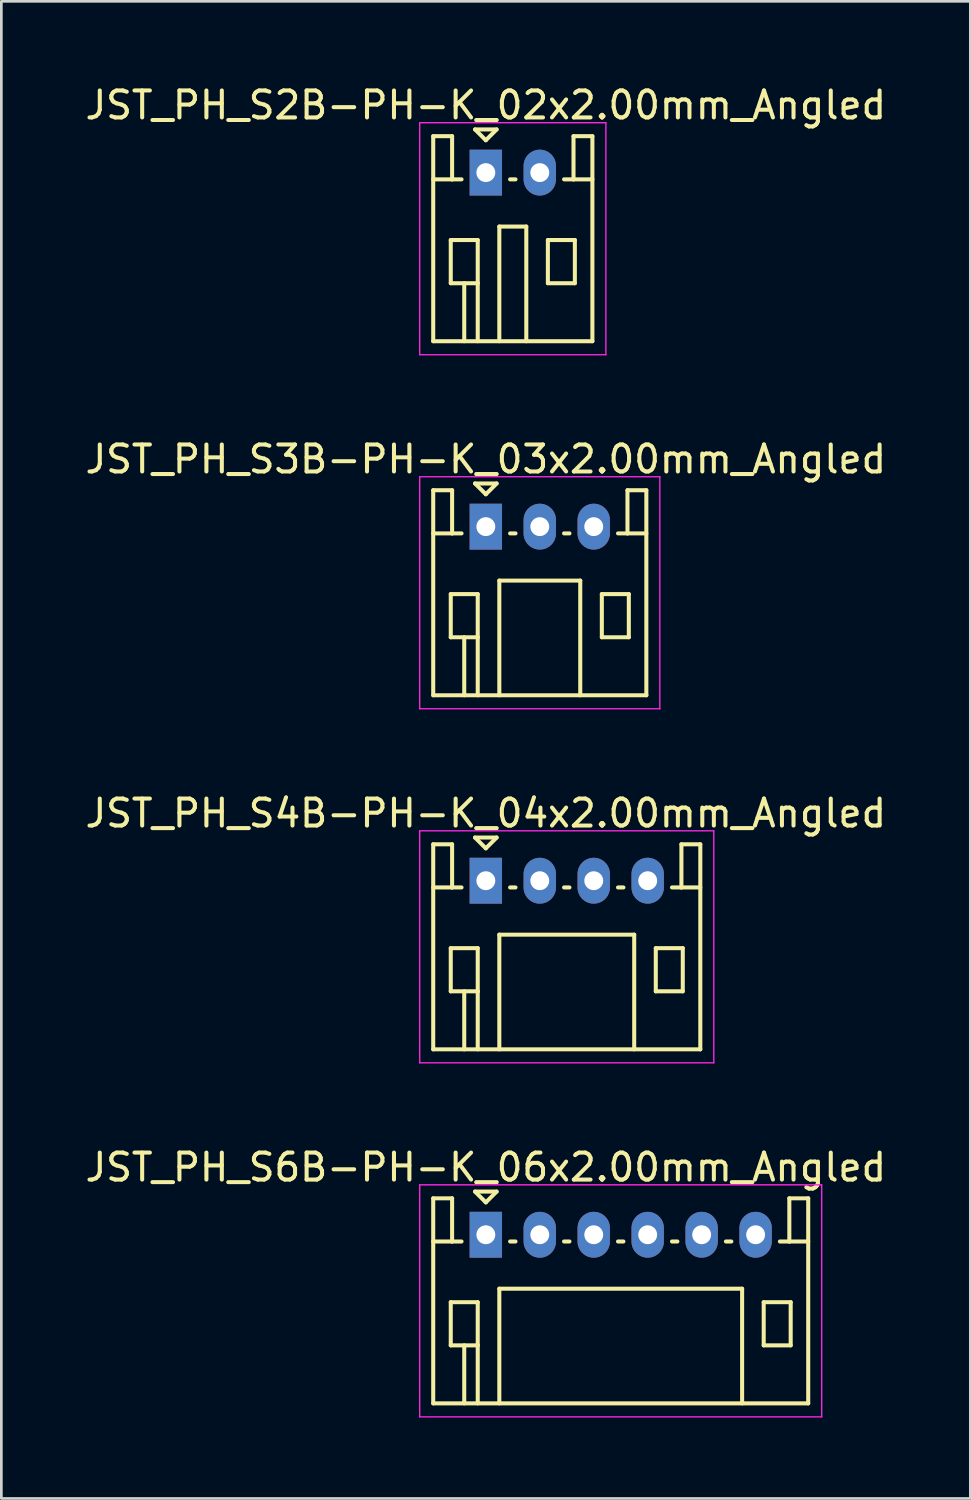
<source format=kicad_pcb>
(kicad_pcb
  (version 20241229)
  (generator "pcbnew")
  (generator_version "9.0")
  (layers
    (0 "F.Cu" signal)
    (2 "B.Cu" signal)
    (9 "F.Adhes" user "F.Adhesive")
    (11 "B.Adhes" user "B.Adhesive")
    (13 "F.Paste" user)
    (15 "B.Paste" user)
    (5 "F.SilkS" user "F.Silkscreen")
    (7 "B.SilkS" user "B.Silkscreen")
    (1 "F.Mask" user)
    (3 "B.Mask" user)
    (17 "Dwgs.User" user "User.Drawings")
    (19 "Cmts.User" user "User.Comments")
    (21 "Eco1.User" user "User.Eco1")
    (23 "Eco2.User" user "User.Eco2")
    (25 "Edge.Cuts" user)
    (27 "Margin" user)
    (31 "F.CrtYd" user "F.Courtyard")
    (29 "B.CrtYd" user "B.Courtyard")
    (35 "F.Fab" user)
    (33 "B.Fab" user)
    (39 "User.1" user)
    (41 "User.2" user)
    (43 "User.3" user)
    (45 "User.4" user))
  (footprint "JST_PH_S3B-PH-K_03x2.00mm_Angled"
    (layer "F.Cu")
    (at 14.958 16.471)
    (property "Reference" "JST_PH_S3B-PH-K_03x2.00mm_Angled" (at 0 -2.5 0) (layer "F.SilkS") (effects (font (size 1 1) (thickness 0.15))))
    (attr through_hole)
    (fp_line (start -1.95 -1.35) (end -1.95 6.25) (stroke (width 0.15) (type solid)) (layer "F.SilkS"))
    (fp_line (start -1.95 0.25) (end -1.25 0.25) (stroke (width 0.15) (type solid)) (layer "F.SilkS"))
    (fp_line (start -1.95 6.25) (end 5.95 6.25) (stroke (width 0.15) (type solid)) (layer "F.SilkS"))
    (fp_line (start -1.3 2.5) (end -1.3 4.1) (stroke (width 0.15) (type solid)) (layer "F.SilkS"))
    (fp_line (start -1.3 4.1) (end -0.3 4.1) (stroke (width 0.15) (type solid)) (layer "F.SilkS"))
    (fp_line (start -1.25 -1.35) (end -1.95 -1.35) (stroke (width 0.15) (type solid)) (layer "F.SilkS"))
    (fp_line (start -1.25 0.25) (end -1.25 -1.35) (stroke (width 0.15) (type solid)) (layer "F.SilkS"))
    (fp_line (start -0.9 0.25) (end -1.25 0.25) (stroke (width 0.15) (type solid)) (layer "F.SilkS"))
    (fp_line (start -0.8 4.1) (end -0.8 6.25) (stroke (width 0.15) (type solid)) (layer "F.SilkS"))
    (fp_line (start -0.4 -1.6) (end 0.4 -1.6) (stroke (width 0.15) (type solid)) (layer "F.SilkS"))
    (fp_line (start -0.3 2.5) (end -1.3 2.5) (stroke (width 0.15) (type solid)) (layer "F.SilkS"))
    (fp_line (start -0.3 4.1) (end -0.3 2.5) (stroke (width 0.15) (type solid)) (layer "F.SilkS"))
    (fp_line (start -0.3 4.1) (end -0.3 6.25) (stroke (width 0.15) (type solid)) (layer "F.SilkS"))
    (fp_line (start 0 -1.2) (end -0.4 -1.6) (stroke (width 0.15) (type solid)) (layer "F.SilkS"))
    (fp_line (start 0.4 -1.6) (end 0 -1.2) (stroke (width 0.15) (type solid)) (layer "F.SilkS"))
    (fp_line (start 0.5 2) (end 3.5 2) (stroke (width 0.15) (type solid)) (layer "F.SilkS"))
    (fp_line (start 0.5 6.25) (end 0.5 2) (stroke (width 0.15) (type solid)) (layer "F.SilkS"))
    (fp_line (start 0.9 0.25) (end 1.1 0.25) (stroke (width 0.15) (type solid)) (layer "F.SilkS"))
    (fp_line (start 2.9 0.25) (end 3.1 0.25) (stroke (width 0.15) (type solid)) (layer "F.SilkS"))
    (fp_line (start 3.5 2) (end 3.5 6.25) (stroke (width 0.15) (type solid)) (layer "F.SilkS"))
    (fp_line (start 4.3 2.5) (end 5.3 2.5) (stroke (width 0.15) (type solid)) (layer "F.SilkS"))
    (fp_line (start 4.3 4.1) (end 4.3 2.5) (stroke (width 0.15) (type solid)) (layer "F.SilkS"))
    (fp_line (start 5.25 -1.35) (end 5.25 0.25) (stroke (width 0.15) (type solid)) (layer "F.SilkS"))
    (fp_line (start 5.25 0.25) (end 4.9 0.25) (stroke (width 0.15) (type solid)) (layer "F.SilkS"))
    (fp_line (start 5.3 2.5) (end 5.3 4.1) (stroke (width 0.15) (type solid)) (layer "F.SilkS"))
    (fp_line (start 5.3 4.1) (end 4.3 4.1) (stroke (width 0.15) (type solid)) (layer "F.SilkS"))
    (fp_line (start 5.95 -1.35) (end 5.25 -1.35) (stroke (width 0.15) (type solid)) (layer "F.SilkS"))
    (fp_line (start 5.95 0.25) (end 5.25 0.25) (stroke (width 0.15) (type solid)) (layer "F.SilkS"))
    (fp_line (start 5.95 6.25) (end 5.95 -1.35) (stroke (width 0.15) (type solid)) (layer "F.SilkS"))
    (fp_line (start -2.45 -1.85) (end 6.45 -1.85) (stroke (width 0.05) (type solid)) (layer "F.CrtYd"))
    (fp_line (start -2.45 6.75) (end -2.45 -1.85) (stroke (width 0.05) (type solid)) (layer "F.CrtYd"))
    (fp_line (start 6.45 -1.85) (end 6.45 6.75) (stroke (width 0.05) (type solid)) (layer "F.CrtYd"))
    (fp_line (start 6.45 6.75) (end -2.45 6.75) (stroke (width 0.05) (type solid)) (layer "F.CrtYd"))
    (pad "1" thru_hole rect (at 0 0) (size 1.2 1.7) (drill 0.7) (layers "*.Cu" "*.Mask"))
    (pad "2" thru_hole oval (at 2 0) (size 1.2 1.7) (drill 0.7) (layers "*.Cu" "*.Mask"))
    (pad "3" thru_hole oval (at 4 0) (size 1.2 1.7) (drill 0.7) (layers "*.Cu" "*.Mask")))
  (footprint "JST_PH_S4B-PH-K_04x2.00mm_Angled"
    (layer "F.Cu")
    (at 14.958 29.595)
    (property "Reference" "JST_PH_S4B-PH-K_04x2.00mm_Angled" (at 0 -2.5 0) (layer "F.SilkS") (effects (font (size 1 1) (thickness 0.15))))
    (attr through_hole)
    (fp_line (start -1.95 -1.35) (end -1.95 6.25) (stroke (width 0.15) (type solid)) (layer "F.SilkS"))
    (fp_line (start -1.95 0.25) (end -1.25 0.25) (stroke (width 0.15) (type solid)) (layer "F.SilkS"))
    (fp_line (start -1.95 6.25) (end 7.95 6.25) (stroke (width 0.15) (type solid)) (layer "F.SilkS"))
    (fp_line (start -1.3 2.5) (end -1.3 4.1) (stroke (width 0.15) (type solid)) (layer "F.SilkS"))
    (fp_line (start -1.3 4.1) (end -0.3 4.1) (stroke (width 0.15) (type solid)) (layer "F.SilkS"))
    (fp_line (start -1.25 -1.35) (end -1.95 -1.35) (stroke (width 0.15) (type solid)) (layer "F.SilkS"))
    (fp_line (start -1.25 0.25) (end -1.25 -1.35) (stroke (width 0.15) (type solid)) (layer "F.SilkS"))
    (fp_line (start -0.9 0.25) (end -1.25 0.25) (stroke (width 0.15) (type solid)) (layer "F.SilkS"))
    (fp_line (start -0.8 4.1) (end -0.8 6.25) (stroke (width 0.15) (type solid)) (layer "F.SilkS"))
    (fp_line (start -0.4 -1.6) (end 0.4 -1.6) (stroke (width 0.15) (type solid)) (layer "F.SilkS"))
    (fp_line (start -0.3 2.5) (end -1.3 2.5) (stroke (width 0.15) (type solid)) (layer "F.SilkS"))
    (fp_line (start -0.3 4.1) (end -0.3 2.5) (stroke (width 0.15) (type solid)) (layer "F.SilkS"))
    (fp_line (start -0.3 4.1) (end -0.3 6.25) (stroke (width 0.15) (type solid)) (layer "F.SilkS"))
    (fp_line (start 0 -1.2) (end -0.4 -1.6) (stroke (width 0.15) (type solid)) (layer "F.SilkS"))
    (fp_line (start 0.4 -1.6) (end 0 -1.2) (stroke (width 0.15) (type solid)) (layer "F.SilkS"))
    (fp_line (start 0.5 2) (end 5.5 2) (stroke (width 0.15) (type solid)) (layer "F.SilkS"))
    (fp_line (start 0.5 6.25) (end 0.5 2) (stroke (width 0.15) (type solid)) (layer "F.SilkS"))
    (fp_line (start 0.9 0.25) (end 1.1 0.25) (stroke (width 0.15) (type solid)) (layer "F.SilkS"))
    (fp_line (start 2.9 0.25) (end 3.1 0.25) (stroke (width 0.15) (type solid)) (layer "F.SilkS"))
    (fp_line (start 4.9 0.25) (end 5.1 0.25) (stroke (width 0.15) (type solid)) (layer "F.SilkS"))
    (fp_line (start 5.5 2) (end 5.5 6.25) (stroke (width 0.15) (type solid)) (layer "F.SilkS"))
    (fp_line (start 6.3 2.5) (end 7.3 2.5) (stroke (width 0.15) (type solid)) (layer "F.SilkS"))
    (fp_line (start 6.3 4.1) (end 6.3 2.5) (stroke (width 0.15) (type solid)) (layer "F.SilkS"))
    (fp_line (start 7.25 -1.35) (end 7.25 0.25) (stroke (width 0.15) (type solid)) (layer "F.SilkS"))
    (fp_line (start 7.25 0.25) (end 6.9 0.25) (stroke (width 0.15) (type solid)) (layer "F.SilkS"))
    (fp_line (start 7.3 2.5) (end 7.3 4.1) (stroke (width 0.15) (type solid)) (layer "F.SilkS"))
    (fp_line (start 7.3 4.1) (end 6.3 4.1) (stroke (width 0.15) (type solid)) (layer "F.SilkS"))
    (fp_line (start 7.95 -1.35) (end 7.25 -1.35) (stroke (width 0.15) (type solid)) (layer "F.SilkS"))
    (fp_line (start 7.95 0.25) (end 7.25 0.25) (stroke (width 0.15) (type solid)) (layer "F.SilkS"))
    (fp_line (start 7.95 6.25) (end 7.95 -1.35) (stroke (width 0.15) (type solid)) (layer "F.SilkS"))
    (fp_line (start -2.45 -1.85) (end 8.45 -1.85) (stroke (width 0.05) (type solid)) (layer "F.CrtYd"))
    (fp_line (start -2.45 6.75) (end -2.45 -1.85) (stroke (width 0.05) (type solid)) (layer "F.CrtYd"))
    (fp_line (start 8.45 -1.85) (end 8.45 6.75) (stroke (width 0.05) (type solid)) (layer "F.CrtYd"))
    (fp_line (start 8.45 6.75) (end -2.45 6.75) (stroke (width 0.05) (type solid)) (layer "F.CrtYd"))
    (pad "1" thru_hole rect (at 0 0) (size 1.2 1.7) (drill 0.7) (layers "*.Cu" "*.Mask"))
    (pad "2" thru_hole oval (at 2 0) (size 1.2 1.7) (drill 0.7) (layers "*.Cu" "*.Mask"))
    (pad "3" thru_hole oval (at 4 0) (size 1.2 1.7) (drill 0.7) (layers "*.Cu" "*.Mask"))
    (pad "4" thru_hole oval (at 6 0) (size 1.2 1.7) (drill 0.7) (layers "*.Cu" "*.Mask")))
  (footprint "JST_PH_S6B-PH-K_06x2.00mm_Angled"
    (layer "F.Cu")
    (at 14.958 42.718)
    (property "Reference" "JST_PH_S6B-PH-K_06x2.00mm_Angled" (at 0 -2.5 0) (layer "F.SilkS") (effects (font (size 1 1) (thickness 0.15))))
    (attr through_hole)
    (fp_line (start -1.95 -1.35) (end -1.95 6.25) (stroke (width 0.15) (type solid)) (layer "F.SilkS"))
    (fp_line (start -1.95 0.25) (end -1.25 0.25) (stroke (width 0.15) (type solid)) (layer "F.SilkS"))
    (fp_line (start -1.95 6.25) (end 11.95 6.25) (stroke (width 0.15) (type solid)) (layer "F.SilkS"))
    (fp_line (start -1.3 2.5) (end -1.3 4.1) (stroke (width 0.15) (type solid)) (layer "F.SilkS"))
    (fp_line (start -1.3 4.1) (end -0.3 4.1) (stroke (width 0.15) (type solid)) (layer "F.SilkS"))
    (fp_line (start -1.25 -1.35) (end -1.95 -1.35) (stroke (width 0.15) (type solid)) (layer "F.SilkS"))
    (fp_line (start -1.25 0.25) (end -1.25 -1.35) (stroke (width 0.15) (type solid)) (layer "F.SilkS"))
    (fp_line (start -0.9 0.25) (end -1.25 0.25) (stroke (width 0.15) (type solid)) (layer "F.SilkS"))
    (fp_line (start -0.8 4.1) (end -0.8 6.25) (stroke (width 0.15) (type solid)) (layer "F.SilkS"))
    (fp_line (start -0.4 -1.6) (end 0.4 -1.6) (stroke (width 0.15) (type solid)) (layer "F.SilkS"))
    (fp_line (start -0.3 2.5) (end -1.3 2.5) (stroke (width 0.15) (type solid)) (layer "F.SilkS"))
    (fp_line (start -0.3 4.1) (end -0.3 2.5) (stroke (width 0.15) (type solid)) (layer "F.SilkS"))
    (fp_line (start -0.3 4.1) (end -0.3 6.25) (stroke (width 0.15) (type solid)) (layer "F.SilkS"))
    (fp_line (start 0 -1.2) (end -0.4 -1.6) (stroke (width 0.15) (type solid)) (layer "F.SilkS"))
    (fp_line (start 0.4 -1.6) (end 0 -1.2) (stroke (width 0.15) (type solid)) (layer "F.SilkS"))
    (fp_line (start 0.5 2) (end 9.5 2) (stroke (width 0.15) (type solid)) (layer "F.SilkS"))
    (fp_line (start 0.5 6.25) (end 0.5 2) (stroke (width 0.15) (type solid)) (layer "F.SilkS"))
    (fp_line (start 0.9 0.25) (end 1.1 0.25) (stroke (width 0.15) (type solid)) (layer "F.SilkS"))
    (fp_line (start 2.9 0.25) (end 3.1 0.25) (stroke (width 0.15) (type solid)) (layer "F.SilkS"))
    (fp_line (start 4.9 0.25) (end 5.1 0.25) (stroke (width 0.15) (type solid)) (layer "F.SilkS"))
    (fp_line (start 6.9 0.25) (end 7.1 0.25) (stroke (width 0.15) (type solid)) (layer "F.SilkS"))
    (fp_line (start 8.9 0.25) (end 9.1 0.25) (stroke (width 0.15) (type solid)) (layer "F.SilkS"))
    (fp_line (start 9.5 2) (end 9.5 6.25) (stroke (width 0.15) (type solid)) (layer "F.SilkS"))
    (fp_line (start 10.3 2.5) (end 11.3 2.5) (stroke (width 0.15) (type solid)) (layer "F.SilkS"))
    (fp_line (start 10.3 4.1) (end 10.3 2.5) (stroke (width 0.15) (type solid)) (layer "F.SilkS"))
    (fp_line (start 11.25 -1.35) (end 11.25 0.25) (stroke (width 0.15) (type solid)) (layer "F.SilkS"))
    (fp_line (start 11.25 0.25) (end 10.9 0.25) (stroke (width 0.15) (type solid)) (layer "F.SilkS"))
    (fp_line (start 11.3 2.5) (end 11.3 4.1) (stroke (width 0.15) (type solid)) (layer "F.SilkS"))
    (fp_line (start 11.3 4.1) (end 10.3 4.1) (stroke (width 0.15) (type solid)) (layer "F.SilkS"))
    (fp_line (start 11.95 -1.35) (end 11.25 -1.35) (stroke (width 0.15) (type solid)) (layer "F.SilkS"))
    (fp_line (start 11.95 0.25) (end 11.25 0.25) (stroke (width 0.15) (type solid)) (layer "F.SilkS"))
    (fp_line (start 11.95 6.25) (end 11.95 -1.35) (stroke (width 0.15) (type solid)) (layer "F.SilkS"))
    (fp_line (start -2.45 -1.85) (end 12.45 -1.85) (stroke (width 0.05) (type solid)) (layer "F.CrtYd"))
    (fp_line (start -2.45 6.75) (end -2.45 -1.85) (stroke (width 0.05) (type solid)) (layer "F.CrtYd"))
    (fp_line (start 12.45 -1.85) (end 12.45 6.75) (stroke (width 0.05) (type solid)) (layer "F.CrtYd"))
    (fp_line (start 12.45 6.75) (end -2.45 6.75) (stroke (width 0.05) (type solid)) (layer "F.CrtYd"))
    (pad "1" thru_hole rect (at 0 0) (size 1.2 1.7) (drill 0.7) (layers "*.Cu" "*.Mask"))
    (pad "2" thru_hole oval (at 2 0) (size 1.2 1.7) (drill 0.7) (layers "*.Cu" "*.Mask"))
    (pad "3" thru_hole oval (at 4 0) (size 1.2 1.7) (drill 0.7) (layers "*.Cu" "*.Mask"))
    (pad "4" thru_hole oval (at 6 0) (size 1.2 1.7) (drill 0.7) (layers "*.Cu" "*.Mask"))
    (pad "5" thru_hole oval (at 8 0) (size 1.2 1.7) (drill 0.7) (layers "*.Cu" "*.Mask"))
    (pad "6" thru_hole oval (at 10 0) (size 1.2 1.7) (drill 0.7) (layers "*.Cu" "*.Mask")))
  (footprint "JST_PH_S2B-PH-K_02x2.00mm_Angled"
    (layer "F.Cu")
    (at 14.958 3.348)
    (property "Reference" "JST_PH_S2B-PH-K_02x2.00mm_Angled" (at 0 -2.5 0) (layer "F.SilkS") (effects (font (size 1 1) (thickness 0.15))))
    (attr through_hole)
    (fp_line (start -1.95 -1.35) (end -1.95 6.25) (stroke (width 0.15) (type solid)) (layer "F.SilkS"))
    (fp_line (start -1.95 0.25) (end -1.25 0.25) (stroke (width 0.15) (type solid)) (layer "F.SilkS"))
    (fp_line (start -1.95 6.25) (end 3.95 6.25) (stroke (width 0.15) (type solid)) (layer "F.SilkS"))
    (fp_line (start -1.3 2.5) (end -1.3 4.1) (stroke (width 0.15) (type solid)) (layer "F.SilkS"))
    (fp_line (start -1.3 4.1) (end -0.3 4.1) (stroke (width 0.15) (type solid)) (layer "F.SilkS"))
    (fp_line (start -1.25 -1.35) (end -1.95 -1.35) (stroke (width 0.15) (type solid)) (layer "F.SilkS"))
    (fp_line (start -1.25 0.25) (end -1.25 -1.35) (stroke (width 0.15) (type solid)) (layer "F.SilkS"))
    (fp_line (start -0.9 0.25) (end -1.25 0.25) (stroke (width 0.15) (type solid)) (layer "F.SilkS"))
    (fp_line (start -0.8 4.1) (end -0.8 6.25) (stroke (width 0.15) (type solid)) (layer "F.SilkS"))
    (fp_line (start -0.4 -1.6) (end 0.4 -1.6) (stroke (width 0.15) (type solid)) (layer "F.SilkS"))
    (fp_line (start -0.3 2.5) (end -1.3 2.5) (stroke (width 0.15) (type solid)) (layer "F.SilkS"))
    (fp_line (start -0.3 4.1) (end -0.3 2.5) (stroke (width 0.15) (type solid)) (layer "F.SilkS"))
    (fp_line (start -0.3 4.1) (end -0.3 6.25) (stroke (width 0.15) (type solid)) (layer "F.SilkS"))
    (fp_line (start 0 -1.2) (end -0.4 -1.6) (stroke (width 0.15) (type solid)) (layer "F.SilkS"))
    (fp_line (start 0.4 -1.6) (end 0 -1.2) (stroke (width 0.15) (type solid)) (layer "F.SilkS"))
    (fp_line (start 0.5 2) (end 1.5 2) (stroke (width 0.15) (type solid)) (layer "F.SilkS"))
    (fp_line (start 0.5 6.25) (end 0.5 2) (stroke (width 0.15) (type solid)) (layer "F.SilkS"))
    (fp_line (start 0.9 0.25) (end 1.1 0.25) (stroke (width 0.15) (type solid)) (layer "F.SilkS"))
    (fp_line (start 1.5 2) (end 1.5 6.25) (stroke (width 0.15) (type solid)) (layer "F.SilkS"))
    (fp_line (start 2.3 2.5) (end 3.3 2.5) (stroke (width 0.15) (type solid)) (layer "F.SilkS"))
    (fp_line (start 2.3 4.1) (end 2.3 2.5) (stroke (width 0.15) (type solid)) (layer "F.SilkS"))
    (fp_line (start 3.25 -1.35) (end 3.25 0.25) (stroke (width 0.15) (type solid)) (layer "F.SilkS"))
    (fp_line (start 3.25 0.25) (end 2.9 0.25) (stroke (width 0.15) (type solid)) (layer "F.SilkS"))
    (fp_line (start 3.3 2.5) (end 3.3 4.1) (stroke (width 0.15) (type solid)) (layer "F.SilkS"))
    (fp_line (start 3.3 4.1) (end 2.3 4.1) (stroke (width 0.15) (type solid)) (layer "F.SilkS"))
    (fp_line (start 3.95 -1.35) (end 3.25 -1.35) (stroke (width 0.15) (type solid)) (layer "F.SilkS"))
    (fp_line (start 3.95 0.25) (end 3.25 0.25) (stroke (width 0.15) (type solid)) (layer "F.SilkS"))
    (fp_line (start 3.95 6.25) (end 3.95 -1.35) (stroke (width 0.15) (type solid)) (layer "F.SilkS"))
    (fp_line (start -2.45 -1.85) (end 4.45 -1.85) (stroke (width 0.05) (type solid)) (layer "F.CrtYd"))
    (fp_line (start -2.45 6.75) (end -2.45 -1.85) (stroke (width 0.05) (type solid)) (layer "F.CrtYd"))
    (fp_line (start 4.45 -1.85) (end 4.45 6.75) (stroke (width 0.05) (type solid)) (layer "F.CrtYd"))
    (fp_line (start 4.45 6.75) (end -2.45 6.75) (stroke (width 0.05) (type solid)) (layer "F.CrtYd"))
    (pad "1" thru_hole rect (at 0 0) (size 1.2 1.7) (drill 0.7) (layers "*.Cu" "*.Mask"))
    (pad "2" thru_hole oval (at 2 0) (size 1.2 1.7) (drill 0.7) (layers "*.Cu" "*.Mask")))
  (gr_rect
    (start -3 -3)
    (end 32.917 52.493)
    (stroke (width 0.1) (type default))
    (fill no)
    (layer "Edge.Cuts")))
</source>
